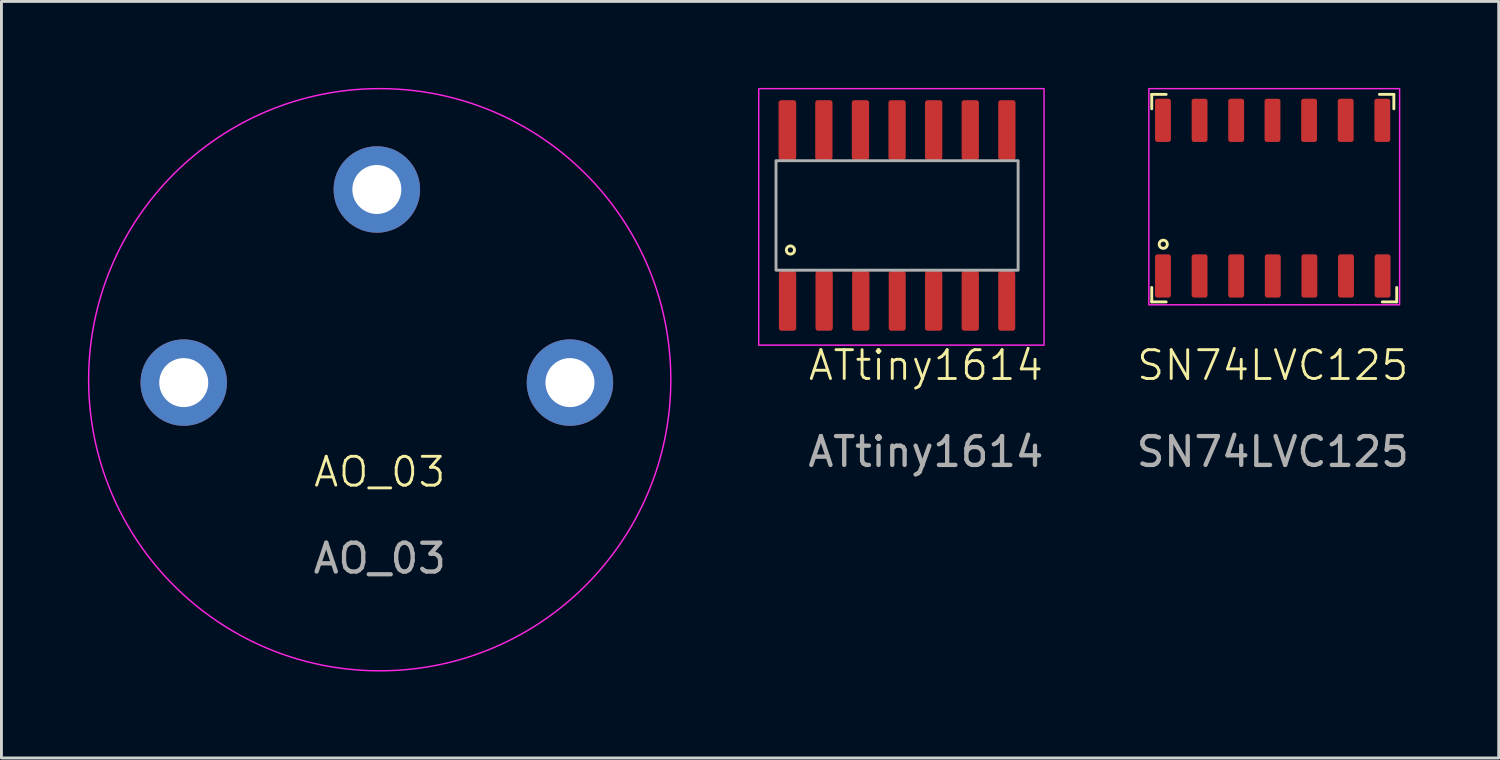
<source format=kicad_pcb>
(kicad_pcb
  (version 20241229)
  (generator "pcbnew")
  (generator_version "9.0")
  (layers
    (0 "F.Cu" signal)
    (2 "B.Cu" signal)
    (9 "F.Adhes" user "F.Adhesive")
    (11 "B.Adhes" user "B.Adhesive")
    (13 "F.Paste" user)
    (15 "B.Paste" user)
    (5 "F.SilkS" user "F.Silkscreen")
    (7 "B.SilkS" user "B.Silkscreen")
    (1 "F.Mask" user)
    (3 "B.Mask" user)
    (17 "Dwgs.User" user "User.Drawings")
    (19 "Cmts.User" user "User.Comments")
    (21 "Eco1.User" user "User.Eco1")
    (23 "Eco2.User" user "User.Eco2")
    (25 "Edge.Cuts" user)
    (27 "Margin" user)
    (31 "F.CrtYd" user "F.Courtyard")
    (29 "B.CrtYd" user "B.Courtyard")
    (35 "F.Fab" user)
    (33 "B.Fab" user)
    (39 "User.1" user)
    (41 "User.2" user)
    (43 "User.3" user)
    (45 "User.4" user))
  (footprint "AO_03"
    (layer "F.Cu")
    (at 10.125 13.825)
    (property "Reference" "AO_03" (at 0 -0.5 0) (unlocked yes) (layer "F.SilkS") (effects (font (size 1 1) (thickness 0.1))))
    (attr smd)
    (fp_circle (center 0 -3.7) (end 10.1 -3.7) (stroke (width 0.05) (type solid)) (fill no) (layer "F.CrtYd"))
    (fp_text user "${REFERENCE}" (at 0 2.5 0) (unlocked yes) (layer "F.Fab") (effects (font (size 1 1) (thickness 0.15))))
    (pad "1" thru_hole circle (at -0.1 -10.3) (size 3 3) (drill 1.7) (layers "*.Cu" "*.Mask"))
    (pad "2" thru_hole circle (at -6.8 -3.6) (size 3 3) (drill 1.7) (layers "*.Cu" "*.Mask"))
    (pad "3" thru_hole circle (at 6.6 -3.6) (size 3 3) (drill 1.7) (layers "*.Cu" "*.Mask")))
  (footprint "ATtiny1614"
    (layer "F.Cu")
    (at 29.075 10.125)
    (property "Reference" "ATtiny1614" (at 0 -0.5 0) (unlocked yes) (layer "F.SilkS") (effects (font (size 1 1) (thickness 0.1))))
    (attr smd)
    (fp_circle (center -4.7 -4.5) (end -4.6 -4.6) (stroke (width 0.1) (type default)) (fill no) (layer "F.SilkS"))
    (fp_rect (start -5.8 -10.1) (end 4.1 -1.2) (stroke (width 0.05) (type default)) (fill no) (layer "F.CrtYd"))
    (fp_rect (start -5.2 -7.6) (end 3.2 -3.8) (stroke (width 0.1) (type default)) (fill no) (layer "F.Fab"))
    (fp_text user "${REFERENCE}" (at 0 2.5 0) (unlocked yes) (layer "F.Fab") (effects (font (size 1 1) (thickness 0.15))))
    (pad "1" smd roundrect (at -4.8 -2.737 90) (size 2.075 0.6) (layers "F.Cu" "F.Mask" "F.Paste") (roundrect_rratio 0.15))
    (pad "2" smd roundrect (at -3.53 -2.737 90) (size 2.075 0.6) (layers "F.Cu" "F.Mask" "F.Paste") (roundrect_rratio 0.15))
    (pad "3" smd roundrect (at -2.26 -2.737 90) (size 2.075 0.6) (layers "F.Cu" "F.Mask" "F.Paste") (roundrect_rratio 0.15))
    (pad "4" smd roundrect (at -0.995 -2.737 90) (size 2.075 0.59) (layers "F.Cu" "F.Mask" "F.Paste") (roundrect_rratio 0.15))
    (pad "5" smd roundrect (at 0.27 -2.737 90) (size 2.075 0.6) (layers "F.Cu" "F.Mask" "F.Paste") (roundrect_rratio 0.15))
    (pad "6" smd roundrect (at 1.54 -2.737 90) (size 2.075 0.6) (layers "F.Cu" "F.Mask" "F.Paste") (roundrect_rratio 0.15))
    (pad "7" smd roundrect (at 2.805 -2.737 90) (size 2.075 0.59) (layers "F.Cu" "F.Mask" "F.Paste") (roundrect_rratio 0.15))
    (pad "8" smd roundrect (at 2.81 -8.662 90) (size 2.075 0.6) (layers "F.Cu" "F.Mask" "F.Paste") (roundrect_rratio 0.15))
    (pad "9" smd roundrect (at 1.54 -8.662 90) (size 2.075 0.6) (layers "F.Cu" "F.Mask" "F.Paste") (roundrect_rratio 0.15))
    (pad "10" smd roundrect (at 0.27 -8.662 90) (size 2.075 0.6) (layers "F.Cu" "F.Mask" "F.Paste") (roundrect_rratio 0.15))
    (pad "11" smd roundrect (at -1 -8.662 90) (size 2.075 0.6) (layers "F.Cu" "F.Mask" "F.Paste") (roundrect_rratio 0.15))
    (pad "12" smd roundrect (at -2.27 -8.662 90) (size 2.075 0.6) (layers "F.Cu" "F.Mask" "F.Paste") (roundrect_rratio 0.15))
    (pad "13" smd roundrect (at -3.54 -8.662 90) (size 2.075 0.6) (layers "F.Cu" "F.Mask" "F.Paste") (roundrect_rratio 0.15))
    (pad "14" smd roundrect (at -4.805 -8.662 90) (size 2.075 0.61) (layers "F.Cu" "F.Mask" "F.Paste") (roundrect_rratio 0.15)))
  (footprint "SN74LVC125"
    (layer "F.Cu")
    (at 41.111 3.825)
    (property "Reference" "SN74LVC125" (at 0 5.8 0) (unlocked yes) (layer "F.SilkS") (effects (font (size 1 1) (thickness 0.1))))
    (attr smd)
    (fp_line (start -4.2 -3.6) (end -3.7 -3.6) (stroke (width 0.1) (type default)) (layer "F.SilkS"))
    (fp_line (start -4.2 -3.1) (end -4.2 -3.6) (stroke (width 0.1) (type default)) (layer "F.SilkS"))
    (fp_line (start -4.2 3.6) (end -4.2 3.1) (stroke (width 0.1) (type default)) (layer "F.SilkS"))
    (fp_line (start -3.7 3.6) (end -4.2 3.6) (stroke (width 0.1) (type default)) (layer "F.SilkS"))
    (fp_line (start 3.7 -3.6) (end 4.2 -3.6) (stroke (width 0.1) (type default)) (layer "F.SilkS"))
    (fp_line (start 4.2 -3.6) (end 4.2 -3.1) (stroke (width 0.1) (type default)) (layer "F.SilkS"))
    (fp_line (start 4.3 3.1) (end 4.3 3.6) (stroke (width 0.1) (type default)) (layer "F.SilkS"))
    (fp_line (start 4.3 3.6) (end 3.8 3.6) (stroke (width 0.1) (type default)) (layer "F.SilkS"))
    (fp_circle (center -3.8 1.6) (end -3.7 1.5) (stroke (width 0.1) (type default)) (fill no) (layer "F.SilkS"))
    (fp_rect (start -4.3 -3.8) (end 4.4 3.7) (stroke (width 0.05) (type default)) (fill no) (layer "F.CrtYd"))
    (fp_text user "${REFERENCE}" (at 0 8.8 0) (unlocked yes) (layer "F.Fab") (effects (font (size 1 1) (thickness 0.15))))
    (pad "1" smd roundrect (at -3.81 2.7) (size 0.55 1.5) (layers "F.Cu" "F.Mask" "F.Paste") (roundrect_rratio 0.15))
    (pad "2" smd roundrect (at -2.54 2.7) (size 0.55 1.5) (layers "F.Cu" "F.Mask" "F.Paste") (roundrect_rratio 0.15))
    (pad "3" smd roundrect (at -1.27 2.7) (size 0.55 1.5) (layers "F.Cu" "F.Mask" "F.Paste") (roundrect_rratio 0.15))
    (pad "4" smd roundrect (at 0 2.7) (size 0.55 1.5) (layers "F.Cu" "F.Mask" "F.Paste") (roundrect_rratio 0.15))
    (pad "5" smd roundrect (at 1.27 2.7) (size 0.55 1.5) (layers "F.Cu" "F.Mask" "F.Paste") (roundrect_rratio 0.15))
    (pad "6" smd roundrect (at 2.54 2.7) (size 0.55 1.5) (layers "F.Cu" "F.Mask" "F.Paste") (roundrect_rratio 0.15))
    (pad "7" smd roundrect (at 3.81 2.7) (size 0.55 1.5) (layers "F.Cu" "F.Mask" "F.Paste") (roundrect_rratio 0.15))
    (pad "8" smd roundrect (at 3.8 -2.7) (size 0.55 1.5) (layers "F.Cu" "F.Mask" "F.Paste") (roundrect_rratio 0.15))
    (pad "9" smd roundrect (at 2.53 -2.7) (size 0.55 1.5) (layers "F.Cu" "F.Mask" "F.Paste") (roundrect_rratio 0.15))
    (pad "10" smd roundrect (at 1.26 -2.7) (size 0.55 1.5) (layers "F.Cu" "F.Mask" "F.Paste") (roundrect_rratio 0.15))
    (pad "11" smd roundrect (at -0.01 -2.7) (size 0.55 1.5) (layers "F.Cu" "F.Mask" "F.Paste") (roundrect_rratio 0.15))
    (pad "12" smd roundrect (at -1.27 -2.7) (size 0.55 1.5) (layers "F.Cu" "F.Mask" "F.Paste") (roundrect_rratio 0.15))
    (pad "13" smd roundrect (at -2.54 -2.7) (size 0.55 1.5) (layers "F.Cu" "F.Mask" "F.Paste") (roundrect_rratio 0.15))
    (pad "14" smd roundrect (at -3.81 -2.7) (size 0.55 1.5) (layers "F.Cu" "F.Mask" "F.Paste") (roundrect_rratio 0.15)))
  (gr_rect
    (start -3 -3)
    (end 48.95 23.25)
    (stroke (width 0.1) (type default))
    (fill no)
    (layer "Edge.Cuts")))
</source>
